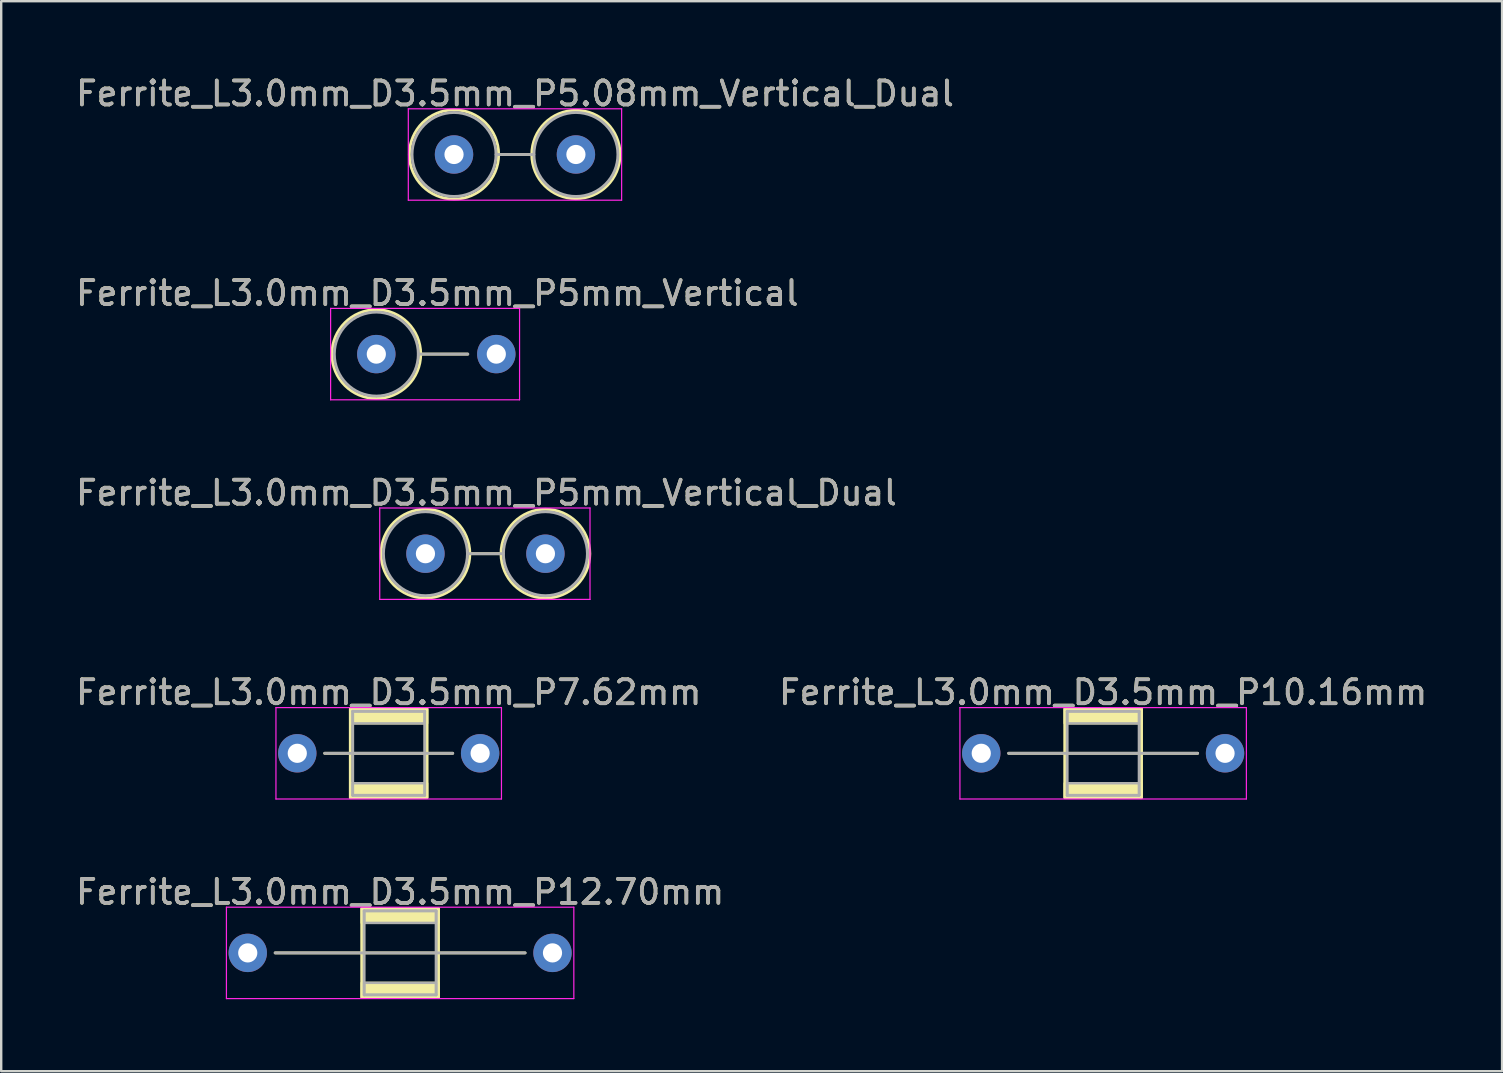
<source format=kicad_pcb>
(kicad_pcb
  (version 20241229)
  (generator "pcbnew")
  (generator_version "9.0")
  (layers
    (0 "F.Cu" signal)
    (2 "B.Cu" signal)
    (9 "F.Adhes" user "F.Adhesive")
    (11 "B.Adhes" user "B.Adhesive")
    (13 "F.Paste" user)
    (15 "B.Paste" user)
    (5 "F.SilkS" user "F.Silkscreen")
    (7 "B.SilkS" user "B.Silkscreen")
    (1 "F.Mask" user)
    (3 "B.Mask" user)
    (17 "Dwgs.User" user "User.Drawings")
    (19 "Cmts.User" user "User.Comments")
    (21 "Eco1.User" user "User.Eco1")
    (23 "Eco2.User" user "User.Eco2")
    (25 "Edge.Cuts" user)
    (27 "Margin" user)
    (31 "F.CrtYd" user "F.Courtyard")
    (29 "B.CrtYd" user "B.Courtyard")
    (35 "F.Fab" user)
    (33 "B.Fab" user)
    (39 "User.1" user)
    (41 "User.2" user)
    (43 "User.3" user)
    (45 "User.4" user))
  (footprint "Ferrite_L3.0mm_D3.5mm_P10.16mm"
    (layer "F.Cu")
    (at 37.843 28.343)
    (property "Reference" "Ferrite_L3.0mm_D3.5mm_P10.16mm" (at 5.08 -2.54 0) (layer "F.SilkS") (effects (font (size 1 1) (thickness 0.15))))
    (fp_line (start 9.017 0) (end 1.143 0) (stroke (width 0.12) (type solid)) (layer "F.SilkS"))
    (fp_rect (start 3.48 -1.85) (end 6.68 1.85) (stroke (width 0.12) (type solid)) (fill no) (layer "F.SilkS"))
    (fp_poly (pts (xy 6.68 -1.25) (xy 3.48 -1.25) (xy 3.48 -1.85) (xy 6.68 -1.85)) (stroke (width 0.1) (type solid)) (fill yes) (layer "F.SilkS"))
    (fp_poly (pts (xy 6.68 1.85) (xy 3.48 1.85) (xy 3.48 1.25) (xy 6.68 1.25)) (stroke (width 0.1) (type solid)) (fill yes) (layer "F.SilkS"))
    (fp_line (start -0.889 -1.905) (end 11.049 -1.905) (stroke (width 0.05) (type solid)) (layer "F.CrtYd"))
    (fp_line (start -0.889 1.905) (end -0.889 -1.905) (stroke (width 0.05) (type solid)) (layer "F.CrtYd"))
    (fp_line (start 11.049 -1.905) (end 11.049 1.905) (stroke (width 0.05) (type solid)) (layer "F.CrtYd"))
    (fp_line (start 11.049 1.905) (end -0.889 1.905) (stroke (width 0.05) (type solid)) (layer "F.CrtYd"))
    (fp_line (start 3.58 -1.75) (end 3.58 1.75) (stroke (width 0.12) (type solid)) (layer "F.Fab"))
    (fp_line (start 3.58 1.75) (end 6.58 1.75) (stroke (width 0.12) (type solid)) (layer "F.Fab"))
    (fp_line (start 6.58 -1.75) (end 3.58 -1.75) (stroke (width 0.12) (type solid)) (layer "F.Fab"))
    (fp_line (start 6.58 1.75) (end 6.58 -1.75) (stroke (width 0.12) (type solid)) (layer "F.Fab"))
    (fp_line (start 9.017 0) (end 1.143 0) (stroke (width 0.12) (type solid)) (layer "F.Fab"))
    (fp_poly (pts (xy 6.58 -1.25) (xy 3.58 -1.25) (xy 3.58 -1.75) (xy 6.58 -1.75)) (stroke (width 0.1) (type solid)) (fill no) (layer "F.Fab"))
    (fp_poly (pts (xy 6.58 1.75) (xy 3.58 1.75) (xy 3.58 1.25) (xy 6.58 1.25)) (stroke (width 0.1) (type solid)) (fill no) (layer "F.Fab"))
    (fp_text user "${REFERENCE}" (at 5.08 -2.539 0) (layer "F.Fab") (effects (font (size 1 1) (thickness 0.15))))
    (pad "1" thru_hole circle (at 0 0) (size 1.6 1.6) (drill 0.8) (layers "*.Cu" "*.Mask"))
    (pad "2" thru_hole circle (at 10.16 0) (size 1.6 1.6) (drill 0.8) (layers "*.Cu" "*.Mask")))
  (footprint "Ferrite_L3.0mm_D3.5mm_P5mm_Vertical"
    (layer "F.Cu")
    (at 12.633 11.707)
    (property "Reference" "Ferrite_L3.0mm_D3.5mm_P5mm_Vertical" (at 2.54 -2.54 0) (layer "F.SilkS") (effects (font (size 1 1) (thickness 0.15))))
    (fp_line (start 1.85 0) (end 3.81 0) (stroke (width 0.12) (type solid)) (layer "F.SilkS"))
    (fp_circle (center 0 0) (end -1.85 0) (stroke (width 0.12) (type solid)) (fill no) (layer "F.SilkS"))
    (fp_line (start -1.905 -1.905) (end 5.969 -1.905) (stroke (width 0.05) (type solid)) (layer "F.CrtYd"))
    (fp_line (start -1.905 1.905) (end -1.905 -1.905) (stroke (width 0.05) (type solid)) (layer "F.CrtYd"))
    (fp_line (start 5.969 -1.905) (end 5.969 1.905) (stroke (width 0.05) (type solid)) (layer "F.CrtYd"))
    (fp_line (start 5.969 1.905) (end -1.905 1.905) (stroke (width 0.05) (type solid)) (layer "F.CrtYd"))
    (fp_line (start 1.75 0) (end 3.81 0) (stroke (width 0.12) (type solid)) (layer "F.Fab"))
    (fp_circle (center 0 0) (end -1.75 0) (stroke (width 0.12) (type solid)) (fill no) (layer "F.Fab"))
    (fp_text user "${REFERENCE}" (at 2.54 -2.539 0) (layer "F.Fab") (effects (font (size 1 1) (thickness 0.15))))
    (pad "1" thru_hole circle (at 0 0) (size 1.6 1.6) (drill 0.8) (layers "*.Cu" "*.Mask"))
    (pad "2" thru_hole circle (at 5 0) (size 1.6 1.6) (drill 0.8) (layers "*.Cu" "*.Mask")))
  (footprint "Ferrite_L3.0mm_D3.5mm_P5mm_Vertical_Dual"
    (layer "F.Cu")
    (at 14.68 20.025)
    (property "Reference" "Ferrite_L3.0mm_D3.5mm_P5mm_Vertical_Dual" (at 2.54 -2.54 0) (layer "F.SilkS") (effects (font (size 1 1) (thickness 0.15))))
    (fp_line (start 1.85 0) (end 3.15 0) (stroke (width 0.12) (type solid)) (layer "F.SilkS"))
    (fp_circle (center 0 0) (end -1.85 0) (stroke (width 0.12) (type solid)) (fill no) (layer "F.SilkS"))
    (fp_circle (center 5 0) (end 3.15 0) (stroke (width 0.12) (type solid)) (fill no) (layer "F.SilkS"))
    (fp_line (start -1.905 -1.905) (end 6.858 -1.905) (stroke (width 0.05) (type solid)) (layer "F.CrtYd"))
    (fp_line (start -1.905 1.905) (end -1.905 -1.905) (stroke (width 0.05) (type solid)) (layer "F.CrtYd"))
    (fp_line (start 6.858 -1.905) (end 6.858 1.905) (stroke (width 0.05) (type solid)) (layer "F.CrtYd"))
    (fp_line (start 6.858 1.905) (end -1.905 1.905) (stroke (width 0.05) (type solid)) (layer "F.CrtYd"))
    (fp_line (start 1.75 0) (end 3.25 0) (stroke (width 0.12) (type solid)) (layer "F.Fab"))
    (fp_circle (center 0 0) (end -1.75 0) (stroke (width 0.12) (type solid)) (fill no) (layer "F.Fab"))
    (fp_circle (center 5 0) (end 3.25 0) (stroke (width 0.12) (type solid)) (fill no) (layer "F.Fab"))
    (fp_text user "${REFERENCE}" (at 2.54 -2.539 0) (layer "F.Fab") (effects (font (size 1 1) (thickness 0.15))))
    (pad "1" thru_hole circle (at 0 0) (size 1.6 1.6) (drill 0.8) (layers "*.Cu" "*.Mask"))
    (pad "2" thru_hole circle (at 5 0) (size 1.6 1.6) (drill 0.8) (layers "*.Cu" "*.Mask")))
  (footprint "Ferrite_L3.0mm_D3.5mm_P7.62mm"
    (layer "F.Cu")
    (at 9.339 28.343)
    (property "Reference" "Ferrite_L3.0mm_D3.5mm_P7.62mm" (at 3.81 -2.54 0) (layer "F.SilkS") (effects (font (size 1 1) (thickness 0.15))))
    (fp_line (start 6.477 0) (end 1.143 0) (stroke (width 0.12) (type solid)) (layer "F.SilkS"))
    (fp_rect (start 2.21 -1.85) (end 5.41 1.85) (stroke (width 0.12) (type solid)) (fill no) (layer "F.SilkS"))
    (fp_poly (pts (xy 5.41 -1.25) (xy 2.21 -1.25) (xy 2.21 -1.85) (xy 5.41 -1.85)) (stroke (width 0.1) (type solid)) (fill yes) (layer "F.SilkS"))
    (fp_poly (pts (xy 5.41 1.85) (xy 2.21 1.85) (xy 2.21 1.25) (xy 5.41 1.25)) (stroke (width 0.1) (type solid)) (fill yes) (layer "F.SilkS"))
    (fp_line (start -0.889 -1.905) (end 8.509 -1.905) (stroke (width 0.05) (type solid)) (layer "F.CrtYd"))
    (fp_line (start -0.889 1.905) (end -0.889 -1.905) (stroke (width 0.05) (type solid)) (layer "F.CrtYd"))
    (fp_line (start 8.509 -1.905) (end 8.509 1.905) (stroke (width 0.05) (type solid)) (layer "F.CrtYd"))
    (fp_line (start 8.509 1.905) (end -0.889 1.905) (stroke (width 0.05) (type solid)) (layer "F.CrtYd"))
    (fp_line (start 2.31 -1.75) (end 2.31 1.75) (stroke (width 0.12) (type solid)) (layer "F.Fab"))
    (fp_line (start 2.31 1.75) (end 5.31 1.75) (stroke (width 0.12) (type solid)) (layer "F.Fab"))
    (fp_line (start 5.31 -1.75) (end 2.31 -1.75) (stroke (width 0.12) (type solid)) (layer "F.Fab"))
    (fp_line (start 5.31 1.75) (end 5.31 -1.75) (stroke (width 0.12) (type solid)) (layer "F.Fab"))
    (fp_line (start 6.477 0) (end 1.143 0) (stroke (width 0.12) (type solid)) (layer "F.Fab"))
    (fp_poly (pts (xy 5.31 -1.25) (xy 2.31 -1.25) (xy 2.31 -1.75) (xy 5.31 -1.75)) (stroke (width 0.1) (type solid)) (fill no) (layer "F.Fab"))
    (fp_poly (pts (xy 5.31 1.75) (xy 2.31 1.75) (xy 2.31 1.25) (xy 5.31 1.25)) (stroke (width 0.1) (type solid)) (fill no) (layer "F.Fab"))
    (fp_text user "${REFERENCE}" (at 3.81 -2.539 0) (layer "F.Fab") (effects (font (size 1 1) (thickness 0.15))))
    (pad "1" thru_hole circle (at 0 0) (size 1.6 1.6) (drill 0.8) (layers "*.Cu" "*.Mask"))
    (pad "2" thru_hole circle (at 7.62 0) (size 1.6 1.6) (drill 0.8) (layers "*.Cu" "*.Mask")))
  (footprint "Ferrite_L3.0mm_D3.5mm_P5.08mm_Vertical_Dual"
    (layer "F.Cu")
    (at 15.871 3.388)
    (property "Reference" "Ferrite_L3.0mm_D3.5mm_P5.08mm_Vertical_Dual" (at 2.54 -2.54 0) (layer "F.SilkS") (effects (font (size 1 1) (thickness 0.15))))
    (fp_line (start 1.86 0) (end 3.24 0) (stroke (width 0.12) (type solid)) (layer "F.SilkS"))
    (fp_circle (center 0 0) (end -1.86 0) (stroke (width 0.12) (type solid)) (fill no) (layer "F.SilkS"))
    (fp_circle (center 5.08 0) (end 3.24 0) (stroke (width 0.12) (type solid)) (fill no) (layer "F.SilkS"))
    (fp_line (start -1.905 -1.905) (end 6.985 -1.905) (stroke (width 0.05) (type solid)) (layer "F.CrtYd"))
    (fp_line (start -1.905 1.905) (end -1.905 -1.905) (stroke (width 0.05) (type solid)) (layer "F.CrtYd"))
    (fp_line (start 6.985 -1.905) (end 6.985 1.905) (stroke (width 0.05) (type solid)) (layer "F.CrtYd"))
    (fp_line (start 6.985 1.905) (end -1.905 1.905) (stroke (width 0.05) (type solid)) (layer "F.CrtYd"))
    (fp_line (start 1.75 0) (end 3.33 0) (stroke (width 0.12) (type solid)) (layer "F.Fab"))
    (fp_circle (center 0 0) (end -1.75 0) (stroke (width 0.12) (type solid)) (fill no) (layer "F.Fab"))
    (fp_circle (center 5.08 0) (end 3.33 0) (stroke (width 0.12) (type solid)) (fill no) (layer "F.Fab"))
    (fp_text user "${REFERENCE}" (at 2.54 -2.539 0) (layer "F.Fab") (effects (font (size 1 1) (thickness 0.15))))
    (pad "1" thru_hole circle (at 0 0) (size 1.6 1.6) (drill 0.8) (layers "*.Cu" "*.Mask"))
    (pad "2" thru_hole circle (at 5.08 0) (size 1.6 1.6) (drill 0.8) (layers "*.Cu" "*.Mask")))
  (footprint "Ferrite_L3.0mm_D3.5mm_P12.70mm"
    (layer "F.Cu")
    (at 7.275 36.661)
    (property "Reference" "Ferrite_L3.0mm_D3.5mm_P12.70mm" (at 6.35 -2.54 0) (layer "F.SilkS") (effects (font (size 1 1) (thickness 0.15))))
    (fp_line (start 11.557 0) (end 1.143 0) (stroke (width 0.12) (type solid)) (layer "F.SilkS"))
    (fp_rect (start 4.75 -1.85) (end 7.95 1.85) (stroke (width 0.12) (type solid)) (fill no) (layer "F.SilkS"))
    (fp_poly (pts (xy 7.95 -1.25) (xy 4.75 -1.25) (xy 4.75 -1.85) (xy 7.95 -1.85)) (stroke (width 0.1) (type solid)) (fill yes) (layer "F.SilkS"))
    (fp_poly (pts (xy 7.95 1.85) (xy 4.75 1.85) (xy 4.75 1.25) (xy 7.95 1.25)) (stroke (width 0.1) (type solid)) (fill yes) (layer "F.SilkS"))
    (fp_line (start -0.889 -1.905) (end 13.589 -1.905) (stroke (width 0.05) (type solid)) (layer "F.CrtYd"))
    (fp_line (start -0.889 1.905) (end -0.889 -1.905) (stroke (width 0.05) (type solid)) (layer "F.CrtYd"))
    (fp_line (start 13.589 -1.905) (end 13.589 1.905) (stroke (width 0.05) (type solid)) (layer "F.CrtYd"))
    (fp_line (start 13.589 1.905) (end -0.889 1.905) (stroke (width 0.05) (type solid)) (layer "F.CrtYd"))
    (fp_line (start 4.85 -1.75) (end 4.85 1.75) (stroke (width 0.12) (type solid)) (layer "F.Fab"))
    (fp_line (start 4.85 1.75) (end 7.85 1.75) (stroke (width 0.12) (type solid)) (layer "F.Fab"))
    (fp_line (start 7.85 -1.75) (end 4.85 -1.75) (stroke (width 0.12) (type solid)) (layer "F.Fab"))
    (fp_line (start 7.85 1.75) (end 7.85 -1.75) (stroke (width 0.12) (type solid)) (layer "F.Fab"))
    (fp_line (start 11.557 0) (end 1.143 0) (stroke (width 0.12) (type solid)) (layer "F.Fab"))
    (fp_poly (pts (xy 7.85 -1.25) (xy 4.85 -1.25) (xy 4.85 -1.75) (xy 7.85 -1.75)) (stroke (width 0.1) (type solid)) (fill no) (layer "F.Fab"))
    (fp_poly (pts (xy 7.85 1.75) (xy 4.85 1.75) (xy 4.85 1.25) (xy 7.85 1.25)) (stroke (width 0.1) (type solid)) (fill no) (layer "F.Fab"))
    (fp_text user "${REFERENCE}" (at 6.35 -2.539 0) (layer "F.Fab") (effects (font (size 1 1) (thickness 0.15))))
    (pad "1" thru_hole circle (at 0 0) (size 1.6 1.6) (drill 0.8) (layers "*.Cu" "*.Mask"))
    (pad "2" thru_hole circle (at 12.7 0) (size 1.6 1.6) (drill 0.8) (layers "*.Cu" "*.Mask")))
  (gr_rect
    (start -3 -3)
    (end 59.548 41.591)
    (stroke (width 0.1) (type default))
    (fill no)
    (layer "Edge.Cuts")))
</source>
